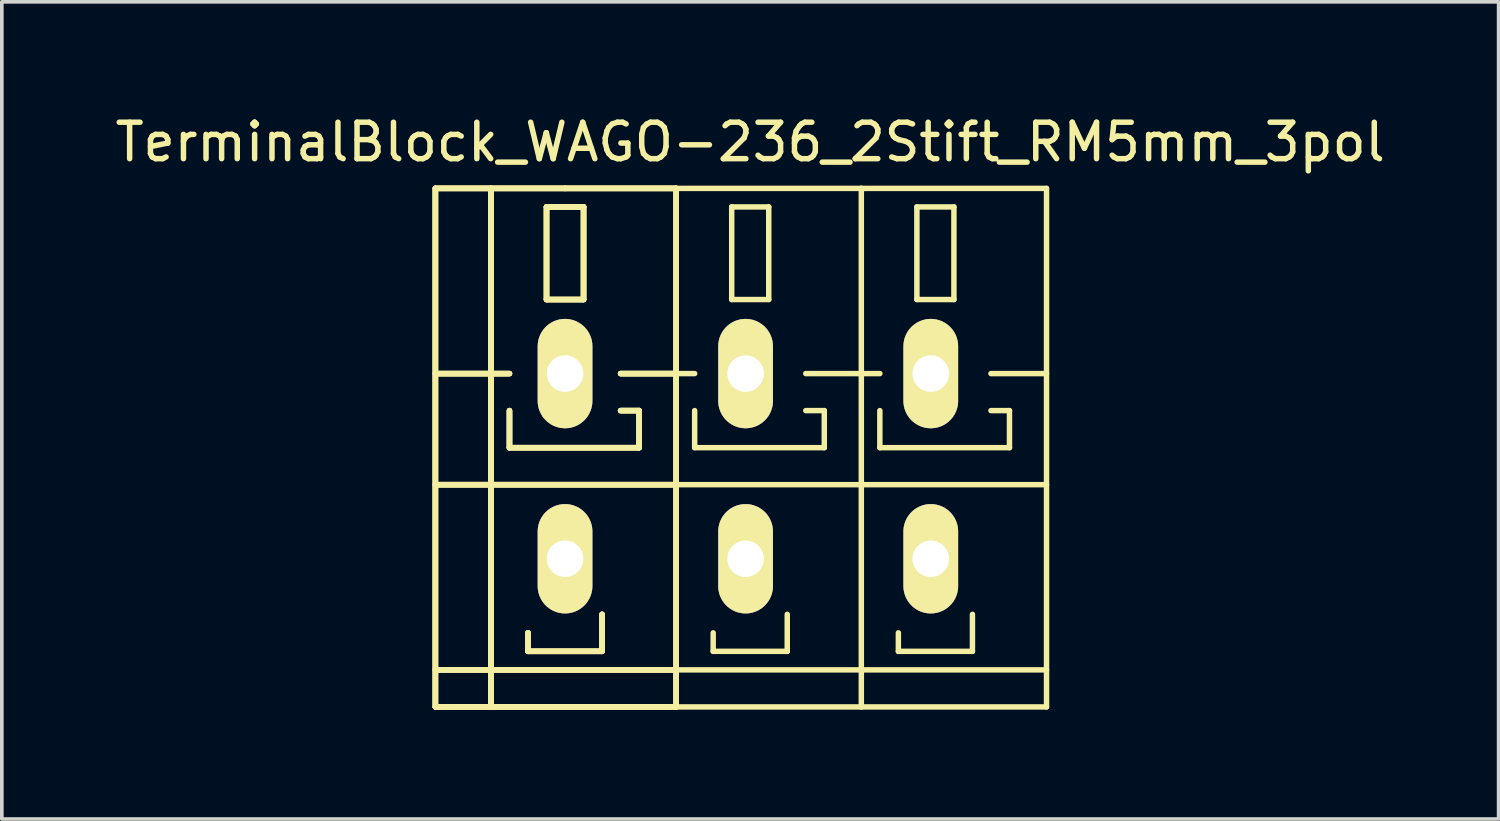
<source format=kicad_pcb>
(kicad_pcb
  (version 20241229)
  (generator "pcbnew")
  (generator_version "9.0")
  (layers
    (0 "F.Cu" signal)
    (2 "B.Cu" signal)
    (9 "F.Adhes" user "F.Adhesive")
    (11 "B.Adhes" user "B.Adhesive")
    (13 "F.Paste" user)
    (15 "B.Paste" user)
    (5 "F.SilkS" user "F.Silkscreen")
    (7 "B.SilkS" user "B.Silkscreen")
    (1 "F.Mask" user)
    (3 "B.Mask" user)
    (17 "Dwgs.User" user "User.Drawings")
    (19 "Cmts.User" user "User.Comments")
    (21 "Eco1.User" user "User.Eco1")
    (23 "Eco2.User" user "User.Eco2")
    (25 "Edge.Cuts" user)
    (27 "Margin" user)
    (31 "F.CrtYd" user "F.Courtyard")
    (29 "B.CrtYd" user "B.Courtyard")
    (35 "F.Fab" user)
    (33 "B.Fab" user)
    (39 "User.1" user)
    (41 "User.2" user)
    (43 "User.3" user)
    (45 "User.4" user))
  (footprint "TerminalBlock_WAGO-236_2Stift_RM5mm_3pol"
    (layer "F.Cu")
    (at 17.53 9.738)
    (property "Reference" "TerminalBlock_WAGO-236_2Stift_RM5mm_3pol" (at 0 -8.89 0) (layer "F.SilkS") (effects (font (size 1 1) (thickness 0.15))))
    (attr through_hole)
    (fp_line (start -8.636 -7.62) (end -7.112 -7.62) (stroke (width 0.15) (type solid)) (layer "F.SilkS"))
    (fp_line (start -8.636 -7.62) (end -7.112 -7.62) (stroke (width 0.15) (type solid)) (layer "F.SilkS"))
    (fp_line (start -8.636 -7.62) (end -7.112 -7.62) (stroke (width 0.15) (type solid)) (layer "F.SilkS"))
    (fp_line (start -8.636 -7.62) (end -7.112 -7.62) (stroke (width 0.15) (type solid)) (layer "F.SilkS"))
    (fp_line (start -8.636 -2.54) (end -6.604 -2.54) (stroke (width 0.15) (type solid)) (layer "F.SilkS"))
    (fp_line (start -8.636 -2.54) (end -6.604 -2.54) (stroke (width 0.15) (type solid)) (layer "F.SilkS"))
    (fp_line (start -8.636 -2.54) (end -6.604 -2.54) (stroke (width 0.15) (type solid)) (layer "F.SilkS"))
    (fp_line (start -8.636 -2.54) (end -6.604 -2.54) (stroke (width 0.15) (type solid)) (layer "F.SilkS"))
    (fp_line (start -8.636 0.508) (end -2.032 0.508) (stroke (width 0.15) (type solid)) (layer "F.SilkS"))
    (fp_line (start -8.636 0.508) (end -2.032 0.508) (stroke (width 0.15) (type solid)) (layer "F.SilkS"))
    (fp_line (start -8.636 0.508) (end -2.032 0.508) (stroke (width 0.15) (type solid)) (layer "F.SilkS"))
    (fp_line (start -8.636 0.508) (end -2.032 0.508) (stroke (width 0.15) (type solid)) (layer "F.SilkS"))
    (fp_line (start -8.636 5.588) (end -2.032 5.588) (stroke (width 0.15) (type solid)) (layer "F.SilkS"))
    (fp_line (start -8.636 5.588) (end -2.032 5.588) (stroke (width 0.15) (type solid)) (layer "F.SilkS"))
    (fp_line (start -8.636 5.588) (end -2.032 5.588) (stroke (width 0.15) (type solid)) (layer "F.SilkS"))
    (fp_line (start -8.636 5.588) (end -2.032 5.588) (stroke (width 0.15) (type solid)) (layer "F.SilkS"))
    (fp_line (start -8.636 6.604) (end -8.636 -7.62) (stroke (width 0.15) (type solid)) (layer "F.SilkS"))
    (fp_line (start -8.636 6.604) (end -8.636 -7.62) (stroke (width 0.15) (type solid)) (layer "F.SilkS"))
    (fp_line (start -8.636 6.604) (end -8.636 -7.62) (stroke (width 0.15) (type solid)) (layer "F.SilkS"))
    (fp_line (start -8.636 6.604) (end -8.636 -7.62) (stroke (width 0.15) (type solid)) (layer "F.SilkS"))
    (fp_line (start -7.112 -7.62) (end -5.08 -7.62) (stroke (width 0.15) (type solid)) (layer "F.SilkS"))
    (fp_line (start -7.112 -7.62) (end -5.08 -7.62) (stroke (width 0.15) (type solid)) (layer "F.SilkS"))
    (fp_line (start -7.112 -7.62) (end -5.08 -7.62) (stroke (width 0.15) (type solid)) (layer "F.SilkS"))
    (fp_line (start -7.112 -7.62) (end -5.08 -7.62) (stroke (width 0.15) (type solid)) (layer "F.SilkS"))
    (fp_line (start -7.112 6.604) (end -8.636 6.604) (stroke (width 0.15) (type solid)) (layer "F.SilkS"))
    (fp_line (start -7.112 6.604) (end -8.636 6.604) (stroke (width 0.15) (type solid)) (layer "F.SilkS"))
    (fp_line (start -7.112 6.604) (end -8.636 6.604) (stroke (width 0.15) (type solid)) (layer "F.SilkS"))
    (fp_line (start -7.112 6.604) (end -8.636 6.604) (stroke (width 0.15) (type solid)) (layer "F.SilkS"))
    (fp_line (start -7.112 6.604) (end -7.112 -7.62) (stroke (width 0.15) (type solid)) (layer "F.SilkS"))
    (fp_line (start -7.112 6.604) (end -7.112 -7.62) (stroke (width 0.15) (type solid)) (layer "F.SilkS"))
    (fp_line (start -7.112 6.604) (end -7.112 -7.62) (stroke (width 0.15) (type solid)) (layer "F.SilkS"))
    (fp_line (start -7.112 6.604) (end -7.112 -7.62) (stroke (width 0.15) (type solid)) (layer "F.SilkS"))
    (fp_line (start -6.604 -1.524) (end -6.604 -0.508) (stroke (width 0.15) (type solid)) (layer "F.SilkS"))
    (fp_line (start -6.604 -1.524) (end -6.604 -0.508) (stroke (width 0.15) (type solid)) (layer "F.SilkS"))
    (fp_line (start -6.604 -1.524) (end -6.604 -0.508) (stroke (width 0.15) (type solid)) (layer "F.SilkS"))
    (fp_line (start -6.604 -1.524) (end -6.604 -0.508) (stroke (width 0.15) (type solid)) (layer "F.SilkS"))
    (fp_line (start -6.604 -0.508) (end -3.048 -0.508) (stroke (width 0.15) (type solid)) (layer "F.SilkS"))
    (fp_line (start -6.604 -0.508) (end -3.048 -0.508) (stroke (width 0.15) (type solid)) (layer "F.SilkS"))
    (fp_line (start -6.604 -0.508) (end -3.048 -0.508) (stroke (width 0.15) (type solid)) (layer "F.SilkS"))
    (fp_line (start -6.604 -0.508) (end -3.048 -0.508) (stroke (width 0.15) (type solid)) (layer "F.SilkS"))
    (fp_line (start -6.096 4.572) (end -6.096 5.08) (stroke (width 0.15) (type solid)) (layer "F.SilkS"))
    (fp_line (start -6.096 4.572) (end -6.096 5.08) (stroke (width 0.15) (type solid)) (layer "F.SilkS"))
    (fp_line (start -6.096 4.572) (end -6.096 5.08) (stroke (width 0.15) (type solid)) (layer "F.SilkS"))
    (fp_line (start -6.096 4.572) (end -6.096 5.08) (stroke (width 0.15) (type solid)) (layer "F.SilkS"))
    (fp_line (start -6.096 5.08) (end -4.064 5.08) (stroke (width 0.15) (type solid)) (layer "F.SilkS"))
    (fp_line (start -6.096 5.08) (end -4.064 5.08) (stroke (width 0.15) (type solid)) (layer "F.SilkS"))
    (fp_line (start -6.096 5.08) (end -4.064 5.08) (stroke (width 0.15) (type solid)) (layer "F.SilkS"))
    (fp_line (start -6.096 5.08) (end -4.064 5.08) (stroke (width 0.15) (type solid)) (layer "F.SilkS"))
    (fp_line (start -5.588 -7.112) (end -4.572 -7.112) (stroke (width 0.15) (type solid)) (layer "F.SilkS"))
    (fp_line (start -5.588 -7.112) (end -4.572 -7.112) (stroke (width 0.15) (type solid)) (layer "F.SilkS"))
    (fp_line (start -5.588 -7.112) (end -4.572 -7.112) (stroke (width 0.15) (type solid)) (layer "F.SilkS"))
    (fp_line (start -5.588 -7.112) (end -4.572 -7.112) (stroke (width 0.15) (type solid)) (layer "F.SilkS"))
    (fp_line (start -5.588 -4.572) (end -5.588 -7.112) (stroke (width 0.15) (type solid)) (layer "F.SilkS"))
    (fp_line (start -5.588 -4.572) (end -5.588 -7.112) (stroke (width 0.15) (type solid)) (layer "F.SilkS"))
    (fp_line (start -5.588 -4.572) (end -5.588 -7.112) (stroke (width 0.15) (type solid)) (layer "F.SilkS"))
    (fp_line (start -5.588 -4.572) (end -5.588 -7.112) (stroke (width 0.15) (type solid)) (layer "F.SilkS"))
    (fp_line (start -5.08 -7.62) (end -2.032 -7.62) (stroke (width 0.15) (type solid)) (layer "F.SilkS"))
    (fp_line (start -5.08 -7.62) (end -2.032 -7.62) (stroke (width 0.15) (type solid)) (layer "F.SilkS"))
    (fp_line (start -5.08 -7.62) (end -2.032 -7.62) (stroke (width 0.15) (type solid)) (layer "F.SilkS"))
    (fp_line (start -5.08 -7.62) (end -2.032 -7.62) (stroke (width 0.15) (type solid)) (layer "F.SilkS"))
    (fp_line (start -4.572 -7.112) (end -4.572 -4.572) (stroke (width 0.15) (type solid)) (layer "F.SilkS"))
    (fp_line (start -4.572 -7.112) (end -4.572 -4.572) (stroke (width 0.15) (type solid)) (layer "F.SilkS"))
    (fp_line (start -4.572 -7.112) (end -4.572 -4.572) (stroke (width 0.15) (type solid)) (layer "F.SilkS"))
    (fp_line (start -4.572 -7.112) (end -4.572 -4.572) (stroke (width 0.15) (type solid)) (layer "F.SilkS"))
    (fp_line (start -4.572 -4.572) (end -5.588 -4.572) (stroke (width 0.15) (type solid)) (layer "F.SilkS"))
    (fp_line (start -4.572 -4.572) (end -5.588 -4.572) (stroke (width 0.15) (type solid)) (layer "F.SilkS"))
    (fp_line (start -4.572 -4.572) (end -5.588 -4.572) (stroke (width 0.15) (type solid)) (layer "F.SilkS"))
    (fp_line (start -4.572 -4.572) (end -5.588 -4.572) (stroke (width 0.15) (type solid)) (layer "F.SilkS"))
    (fp_line (start -4.064 5.08) (end -4.064 4.064) (stroke (width 0.15) (type solid)) (layer "F.SilkS"))
    (fp_line (start -4.064 5.08) (end -4.064 4.064) (stroke (width 0.15) (type solid)) (layer "F.SilkS"))
    (fp_line (start -4.064 5.08) (end -4.064 4.064) (stroke (width 0.15) (type solid)) (layer "F.SilkS"))
    (fp_line (start -4.064 5.08) (end -4.064 4.064) (stroke (width 0.15) (type solid)) (layer "F.SilkS"))
    (fp_line (start -3.556 -2.54) (end -2.032 -2.54) (stroke (width 0.15) (type solid)) (layer "F.SilkS"))
    (fp_line (start -3.556 -2.54) (end -2.032 -2.54) (stroke (width 0.15) (type solid)) (layer "F.SilkS"))
    (fp_line (start -3.556 -2.54) (end -2.032 -2.54) (stroke (width 0.15) (type solid)) (layer "F.SilkS"))
    (fp_line (start -3.556 -2.54) (end -2.032 -2.54) (stroke (width 0.15) (type solid)) (layer "F.SilkS"))
    (fp_line (start -3.048 -1.524) (end -3.556 -1.524) (stroke (width 0.15) (type solid)) (layer "F.SilkS"))
    (fp_line (start -3.048 -1.524) (end -3.556 -1.524) (stroke (width 0.15) (type solid)) (layer "F.SilkS"))
    (fp_line (start -3.048 -1.524) (end -3.556 -1.524) (stroke (width 0.15) (type solid)) (layer "F.SilkS"))
    (fp_line (start -3.048 -1.524) (end -3.556 -1.524) (stroke (width 0.15) (type solid)) (layer "F.SilkS"))
    (fp_line (start -3.048 -0.508) (end -3.048 -1.524) (stroke (width 0.15) (type solid)) (layer "F.SilkS"))
    (fp_line (start -3.048 -0.508) (end -3.048 -1.524) (stroke (width 0.15) (type solid)) (layer "F.SilkS"))
    (fp_line (start -3.048 -0.508) (end -3.048 -1.524) (stroke (width 0.15) (type solid)) (layer "F.SilkS"))
    (fp_line (start -3.048 -0.508) (end -3.048 -1.524) (stroke (width 0.15) (type solid)) (layer "F.SilkS"))
    (fp_line (start -2.032 -7.62) (end -2.032 6.604) (stroke (width 0.15) (type solid)) (layer "F.SilkS"))
    (fp_line (start -2.032 -7.62) (end -2.032 6.604) (stroke (width 0.15) (type solid)) (layer "F.SilkS"))
    (fp_line (start -2.032 -7.62) (end -2.032 6.604) (stroke (width 0.15) (type solid)) (layer "F.SilkS"))
    (fp_line (start -2.032 -7.62) (end -2.032 6.604) (stroke (width 0.15) (type solid)) (layer "F.SilkS"))
    (fp_line (start -2.032 -2.54) (end -1.524 -2.54) (stroke (width 0.15) (type solid)) (layer "F.SilkS"))
    (fp_line (start -2.032 0.508) (end 3.048 0.508) (stroke (width 0.15) (type solid)) (layer "F.SilkS"))
    (fp_line (start -2.032 5.588) (end 3.048 5.588) (stroke (width 0.15) (type solid)) (layer "F.SilkS"))
    (fp_line (start -2.032 6.604) (end -7.112 6.604) (stroke (width 0.15) (type solid)) (layer "F.SilkS"))
    (fp_line (start -2.032 6.604) (end -7.112 6.604) (stroke (width 0.15) (type solid)) (layer "F.SilkS"))
    (fp_line (start -2.032 6.604) (end -7.112 6.604) (stroke (width 0.15) (type solid)) (layer "F.SilkS"))
    (fp_line (start -2.032 6.604) (end -7.112 6.604) (stroke (width 0.15) (type solid)) (layer "F.SilkS"))
    (fp_line (start -2.032 6.604) (end 3.048 6.604) (stroke (width 0.15) (type solid)) (layer "F.SilkS"))
    (fp_line (start -1.524 -1.524) (end -1.524 -0.508) (stroke (width 0.15) (type solid)) (layer "F.SilkS"))
    (fp_line (start -1.524 -0.508) (end 2.032 -0.508) (stroke (width 0.15) (type solid)) (layer "F.SilkS"))
    (fp_line (start -1.016 4.572) (end -1.016 5.08) (stroke (width 0.15) (type solid)) (layer "F.SilkS"))
    (fp_line (start -1.016 5.08) (end 1.016 5.08) (stroke (width 0.15) (type solid)) (layer "F.SilkS"))
    (fp_line (start -0.508 -7.112) (end -0.508 -4.572) (stroke (width 0.15) (type solid)) (layer "F.SilkS"))
    (fp_line (start -0.508 -4.572) (end 0.508 -4.572) (stroke (width 0.15) (type solid)) (layer "F.SilkS"))
    (fp_line (start 0.508 -7.112) (end -0.508 -7.112) (stroke (width 0.15) (type solid)) (layer "F.SilkS"))
    (fp_line (start 0.508 -4.572) (end 0.508 -7.112) (stroke (width 0.15) (type solid)) (layer "F.SilkS"))
    (fp_line (start 1.016 5.08) (end 1.016 4.064) (stroke (width 0.15) (type solid)) (layer "F.SilkS"))
    (fp_line (start 1.524 -2.54) (end 3.048 -2.54) (stroke (width 0.15) (type solid)) (layer "F.SilkS"))
    (fp_line (start 2.032 -1.524) (end 1.524 -1.524) (stroke (width 0.15) (type solid)) (layer "F.SilkS"))
    (fp_line (start 2.032 -0.508) (end 2.032 -1.524) (stroke (width 0.15) (type solid)) (layer "F.SilkS"))
    (fp_line (start 3.048 -7.62) (end -2.032 -7.62) (stroke (width 0.15) (type solid)) (layer "F.SilkS"))
    (fp_line (start 3.048 -2.54) (end 3.556 -2.54) (stroke (width 0.15) (type solid)) (layer "F.SilkS"))
    (fp_line (start 3.048 0.508) (end 8.128 0.508) (stroke (width 0.15) (type solid)) (layer "F.SilkS"))
    (fp_line (start 3.048 5.588) (end 8.128 5.588) (stroke (width 0.15) (type solid)) (layer "F.SilkS"))
    (fp_line (start 3.048 6.604) (end 3.048 -7.62) (stroke (width 0.15) (type solid)) (layer "F.SilkS"))
    (fp_line (start 3.048 6.604) (end 8.128 6.604) (stroke (width 0.15) (type solid)) (layer "F.SilkS"))
    (fp_line (start 3.556 -1.524) (end 3.556 -0.508) (stroke (width 0.15) (type solid)) (layer "F.SilkS"))
    (fp_line (start 3.556 -0.508) (end 7.112 -0.508) (stroke (width 0.15) (type solid)) (layer "F.SilkS"))
    (fp_line (start 4.064 4.572) (end 4.064 5.08) (stroke (width 0.15) (type solid)) (layer "F.SilkS"))
    (fp_line (start 4.064 5.08) (end 6.096 5.08) (stroke (width 0.15) (type solid)) (layer "F.SilkS"))
    (fp_line (start 4.572 -7.112) (end 4.572 -4.572) (stroke (width 0.15) (type solid)) (layer "F.SilkS"))
    (fp_line (start 4.572 -4.572) (end 5.588 -4.572) (stroke (width 0.15) (type solid)) (layer "F.SilkS"))
    (fp_line (start 5.588 -7.112) (end 4.572 -7.112) (stroke (width 0.15) (type solid)) (layer "F.SilkS"))
    (fp_line (start 5.588 -4.572) (end 5.588 -7.112) (stroke (width 0.15) (type solid)) (layer "F.SilkS"))
    (fp_line (start 6.096 5.08) (end 6.096 4.064) (stroke (width 0.15) (type solid)) (layer "F.SilkS"))
    (fp_line (start 6.604 -2.54) (end 8.128 -2.54) (stroke (width 0.15) (type solid)) (layer "F.SilkS"))
    (fp_line (start 7.112 -1.524) (end 6.604 -1.524) (stroke (width 0.15) (type solid)) (layer "F.SilkS"))
    (fp_line (start 7.112 -0.508) (end 7.112 -1.524) (stroke (width 0.15) (type solid)) (layer "F.SilkS"))
    (fp_line (start 8.128 -7.62) (end 3.048 -7.62) (stroke (width 0.15) (type solid)) (layer "F.SilkS"))
    (fp_line (start 8.128 6.604) (end 8.128 -7.62) (stroke (width 0.15) (type solid)) (layer "F.SilkS"))
    (pad "1" thru_hole oval (at -5.08 -2.54 90) (size 3 1.501) (drill 1.001) (layers "*.Cu" "*.Mask" "F.SilkS"))
    (pad "1" thru_hole oval (at -5.08 2.54 90) (size 3 1.501) (drill 1.001) (layers "*.Cu" "*.Mask" "F.SilkS"))
    (pad "2" thru_hole oval (at -0.127 -2.54 90) (size 3 1.501) (drill 1.001) (layers "*.Cu" "*.Mask" "F.SilkS"))
    (pad "2" thru_hole oval (at -0.127 2.54 90) (size 3 1.501) (drill 1.001) (layers "*.Cu" "*.Mask" "F.SilkS"))
    (pad "3" thru_hole oval (at 4.953 -2.54 90) (size 3 1.501) (drill 1.001) (layers "*.Cu" "*.Mask" "F.SilkS"))
    (pad "3" thru_hole oval (at 4.953 2.54 90) (size 3 1.501) (drill 1.001) (layers "*.Cu" "*.Mask" "F.SilkS")))
  (gr_rect
    (start -3 -3)
    (end 38.06 19.417)
    (stroke (width 0.1) (type default))
    (fill no)
    (layer "Edge.Cuts")))
</source>
